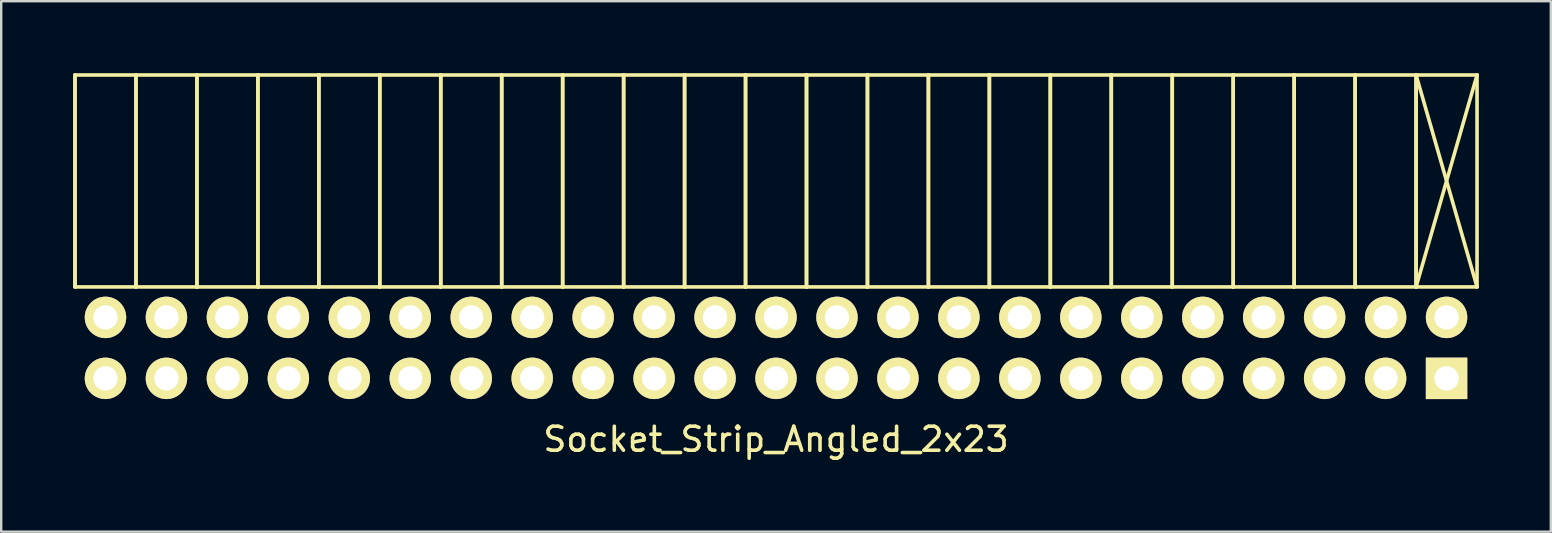
<source format=kicad_pcb>
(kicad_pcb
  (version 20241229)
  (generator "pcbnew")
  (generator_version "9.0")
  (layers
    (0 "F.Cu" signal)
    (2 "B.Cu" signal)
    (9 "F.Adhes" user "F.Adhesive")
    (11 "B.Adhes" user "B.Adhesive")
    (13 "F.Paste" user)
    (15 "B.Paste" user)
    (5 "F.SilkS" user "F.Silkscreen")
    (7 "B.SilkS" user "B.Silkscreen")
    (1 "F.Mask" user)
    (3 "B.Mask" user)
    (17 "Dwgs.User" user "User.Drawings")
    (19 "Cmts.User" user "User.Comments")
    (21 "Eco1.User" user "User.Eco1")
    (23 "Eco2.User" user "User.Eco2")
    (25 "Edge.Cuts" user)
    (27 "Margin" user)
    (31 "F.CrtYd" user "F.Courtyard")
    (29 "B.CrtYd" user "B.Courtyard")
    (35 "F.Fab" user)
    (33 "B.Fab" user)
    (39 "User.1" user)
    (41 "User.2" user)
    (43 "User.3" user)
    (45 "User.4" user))
  (footprint "Socket_Strip_Angled_2x23"
    (layer "F.Cu")
    (at 29.285 11.445)
    (property "Reference" "Socket_Strip_Angled_2x23" (at 0 3.81 0) (layer "F.SilkS") (effects (font (size 1 1) (thickness 0.15))))
    (attr through_hole)
    (fp_line (start -29.21 -11.37) (end -29.21 -2.54) (stroke (width 0.15) (type solid)) (layer "F.SilkS"))
    (fp_line (start -29.21 -2.54) (end -29.21 -11.37) (stroke (width 0.15) (type solid)) (layer "F.SilkS"))
    (fp_line (start -26.67 -11.37) (end -29.21 -11.37) (stroke (width 0.15) (type solid)) (layer "F.SilkS"))
    (fp_line (start -26.67 -11.37) (end -26.67 -2.54) (stroke (width 0.15) (type solid)) (layer "F.SilkS"))
    (fp_line (start -26.67 -2.54) (end -29.21 -2.54) (stroke (width 0.15) (type solid)) (layer "F.SilkS"))
    (fp_line (start -26.67 -2.54) (end -26.67 -11.37) (stroke (width 0.15) (type solid)) (layer "F.SilkS"))
    (fp_line (start -24.13 -11.37) (end -26.67 -11.37) (stroke (width 0.15) (type solid)) (layer "F.SilkS"))
    (fp_line (start -24.13 -11.37) (end -24.13 -2.54) (stroke (width 0.15) (type solid)) (layer "F.SilkS"))
    (fp_line (start -24.13 -2.54) (end -26.67 -2.54) (stroke (width 0.15) (type solid)) (layer "F.SilkS"))
    (fp_line (start -24.13 -2.54) (end -24.13 -11.37) (stroke (width 0.15) (type solid)) (layer "F.SilkS"))
    (fp_line (start -21.59 -11.37) (end -24.13 -11.37) (stroke (width 0.15) (type solid)) (layer "F.SilkS"))
    (fp_line (start -21.59 -11.37) (end -21.59 -2.54) (stroke (width 0.15) (type solid)) (layer "F.SilkS"))
    (fp_line (start -21.59 -2.54) (end -24.13 -2.54) (stroke (width 0.15) (type solid)) (layer "F.SilkS"))
    (fp_line (start -21.59 -2.54) (end -21.59 -11.37) (stroke (width 0.15) (type solid)) (layer "F.SilkS"))
    (fp_line (start -19.05 -11.37) (end -21.59 -11.37) (stroke (width 0.15) (type solid)) (layer "F.SilkS"))
    (fp_line (start -19.05 -11.37) (end -19.05 -2.54) (stroke (width 0.15) (type solid)) (layer "F.SilkS"))
    (fp_line (start -19.05 -2.54) (end -21.59 -2.54) (stroke (width 0.15) (type solid)) (layer "F.SilkS"))
    (fp_line (start -19.05 -2.54) (end -19.05 -11.37) (stroke (width 0.15) (type solid)) (layer "F.SilkS"))
    (fp_line (start -16.51 -11.37) (end -19.05 -11.37) (stroke (width 0.15) (type solid)) (layer "F.SilkS"))
    (fp_line (start -16.51 -11.37) (end -16.51 -2.54) (stroke (width 0.15) (type solid)) (layer "F.SilkS"))
    (fp_line (start -16.51 -2.54) (end -19.05 -2.54) (stroke (width 0.15) (type solid)) (layer "F.SilkS"))
    (fp_line (start -16.51 -2.54) (end -16.51 -11.37) (stroke (width 0.15) (type solid)) (layer "F.SilkS"))
    (fp_line (start -13.97 -11.37) (end -16.51 -11.37) (stroke (width 0.15) (type solid)) (layer "F.SilkS"))
    (fp_line (start -13.97 -11.37) (end -13.97 -2.54) (stroke (width 0.15) (type solid)) (layer "F.SilkS"))
    (fp_line (start -13.97 -2.54) (end -16.51 -2.54) (stroke (width 0.15) (type solid)) (layer "F.SilkS"))
    (fp_line (start -13.97 -2.54) (end -13.97 -11.37) (stroke (width 0.15) (type solid)) (layer "F.SilkS"))
    (fp_line (start -11.43 -11.37) (end -13.97 -11.37) (stroke (width 0.15) (type solid)) (layer "F.SilkS"))
    (fp_line (start -11.43 -11.37) (end -11.43 -2.54) (stroke (width 0.15) (type solid)) (layer "F.SilkS"))
    (fp_line (start -11.43 -2.54) (end -13.97 -2.54) (stroke (width 0.15) (type solid)) (layer "F.SilkS"))
    (fp_line (start -11.43 -2.54) (end -11.43 -11.37) (stroke (width 0.15) (type solid)) (layer "F.SilkS"))
    (fp_line (start -8.89 -11.37) (end -11.43 -11.37) (stroke (width 0.15) (type solid)) (layer "F.SilkS"))
    (fp_line (start -8.89 -11.37) (end -8.89 -2.54) (stroke (width 0.15) (type solid)) (layer "F.SilkS"))
    (fp_line (start -8.89 -2.54) (end -11.43 -2.54) (stroke (width 0.15) (type solid)) (layer "F.SilkS"))
    (fp_line (start -8.89 -2.54) (end -8.89 -11.37) (stroke (width 0.15) (type solid)) (layer "F.SilkS"))
    (fp_line (start -6.35 -11.37) (end -8.89 -11.37) (stroke (width 0.15) (type solid)) (layer "F.SilkS"))
    (fp_line (start -6.35 -11.37) (end -6.35 -2.54) (stroke (width 0.15) (type solid)) (layer "F.SilkS"))
    (fp_line (start -6.35 -2.54) (end -8.89 -2.54) (stroke (width 0.15) (type solid)) (layer "F.SilkS"))
    (fp_line (start -6.35 -2.54) (end -6.35 -11.37) (stroke (width 0.15) (type solid)) (layer "F.SilkS"))
    (fp_line (start -3.81 -11.37) (end -6.35 -11.37) (stroke (width 0.15) (type solid)) (layer "F.SilkS"))
    (fp_line (start -3.81 -11.37) (end -3.81 -2.54) (stroke (width 0.15) (type solid)) (layer "F.SilkS"))
    (fp_line (start -3.81 -2.54) (end -6.35 -2.54) (stroke (width 0.15) (type solid)) (layer "F.SilkS"))
    (fp_line (start -3.81 -2.54) (end -3.81 -11.37) (stroke (width 0.15) (type solid)) (layer "F.SilkS"))
    (fp_line (start -1.27 -11.37) (end -3.81 -11.37) (stroke (width 0.15) (type solid)) (layer "F.SilkS"))
    (fp_line (start -1.27 -11.37) (end -1.27 -2.54) (stroke (width 0.15) (type solid)) (layer "F.SilkS"))
    (fp_line (start -1.27 -2.54) (end -3.81 -2.54) (stroke (width 0.15) (type solid)) (layer "F.SilkS"))
    (fp_line (start -1.27 -2.54) (end -1.27 -11.37) (stroke (width 0.15) (type solid)) (layer "F.SilkS"))
    (fp_line (start 1.27 -11.37) (end -1.27 -11.37) (stroke (width 0.15) (type solid)) (layer "F.SilkS"))
    (fp_line (start 1.27 -11.37) (end 1.27 -2.54) (stroke (width 0.15) (type solid)) (layer "F.SilkS"))
    (fp_line (start 1.27 -2.54) (end -1.27 -2.54) (stroke (width 0.15) (type solid)) (layer "F.SilkS"))
    (fp_line (start 1.27 -2.54) (end 1.27 -11.37) (stroke (width 0.15) (type solid)) (layer "F.SilkS"))
    (fp_line (start 3.81 -11.37) (end 1.27 -11.37) (stroke (width 0.15) (type solid)) (layer "F.SilkS"))
    (fp_line (start 3.81 -11.37) (end 3.81 -2.54) (stroke (width 0.15) (type solid)) (layer "F.SilkS"))
    (fp_line (start 3.81 -2.54) (end 1.27 -2.54) (stroke (width 0.15) (type solid)) (layer "F.SilkS"))
    (fp_line (start 3.81 -2.54) (end 3.81 -11.37) (stroke (width 0.15) (type solid)) (layer "F.SilkS"))
    (fp_line (start 6.35 -11.37) (end 3.81 -11.37) (stroke (width 0.15) (type solid)) (layer "F.SilkS"))
    (fp_line (start 6.35 -11.37) (end 6.35 -2.54) (stroke (width 0.15) (type solid)) (layer "F.SilkS"))
    (fp_line (start 6.35 -2.54) (end 3.81 -2.54) (stroke (width 0.15) (type solid)) (layer "F.SilkS"))
    (fp_line (start 6.35 -2.54) (end 6.35 -11.37) (stroke (width 0.15) (type solid)) (layer "F.SilkS"))
    (fp_line (start 8.89 -11.37) (end 6.35 -11.37) (stroke (width 0.15) (type solid)) (layer "F.SilkS"))
    (fp_line (start 8.89 -11.37) (end 8.89 -2.54) (stroke (width 0.15) (type solid)) (layer "F.SilkS"))
    (fp_line (start 8.89 -2.54) (end 6.35 -2.54) (stroke (width 0.15) (type solid)) (layer "F.SilkS"))
    (fp_line (start 8.89 -2.54) (end 8.89 -11.37) (stroke (width 0.15) (type solid)) (layer "F.SilkS"))
    (fp_line (start 11.43 -11.37) (end 8.89 -11.37) (stroke (width 0.15) (type solid)) (layer "F.SilkS"))
    (fp_line (start 11.43 -11.37) (end 11.43 -2.54) (stroke (width 0.15) (type solid)) (layer "F.SilkS"))
    (fp_line (start 11.43 -2.54) (end 8.89 -2.54) (stroke (width 0.15) (type solid)) (layer "F.SilkS"))
    (fp_line (start 11.43 -2.54) (end 11.43 -11.37) (stroke (width 0.15) (type solid)) (layer "F.SilkS"))
    (fp_line (start 13.97 -11.37) (end 11.43 -11.37) (stroke (width 0.15) (type solid)) (layer "F.SilkS"))
    (fp_line (start 13.97 -11.37) (end 13.97 -2.54) (stroke (width 0.15) (type solid)) (layer "F.SilkS"))
    (fp_line (start 13.97 -2.54) (end 11.43 -2.54) (stroke (width 0.15) (type solid)) (layer "F.SilkS"))
    (fp_line (start 13.97 -2.54) (end 13.97 -11.37) (stroke (width 0.15) (type solid)) (layer "F.SilkS"))
    (fp_line (start 16.51 -11.37) (end 13.97 -11.37) (stroke (width 0.15) (type solid)) (layer "F.SilkS"))
    (fp_line (start 16.51 -11.37) (end 16.51 -2.54) (stroke (width 0.15) (type solid)) (layer "F.SilkS"))
    (fp_line (start 16.51 -2.54) (end 13.97 -2.54) (stroke (width 0.15) (type solid)) (layer "F.SilkS"))
    (fp_line (start 16.51 -2.54) (end 16.51 -11.37) (stroke (width 0.15) (type solid)) (layer "F.SilkS"))
    (fp_line (start 19.05 -11.37) (end 16.51 -11.37) (stroke (width 0.15) (type solid)) (layer "F.SilkS"))
    (fp_line (start 19.05 -11.37) (end 19.05 -2.54) (stroke (width 0.15) (type solid)) (layer "F.SilkS"))
    (fp_line (start 19.05 -2.54) (end 16.51 -2.54) (stroke (width 0.15) (type solid)) (layer "F.SilkS"))
    (fp_line (start 19.05 -2.54) (end 19.05 -11.37) (stroke (width 0.15) (type solid)) (layer "F.SilkS"))
    (fp_line (start 21.59 -11.37) (end 19.05 -11.37) (stroke (width 0.15) (type solid)) (layer "F.SilkS"))
    (fp_line (start 21.59 -11.37) (end 21.59 -2.54) (stroke (width 0.15) (type solid)) (layer "F.SilkS"))
    (fp_line (start 21.59 -2.54) (end 19.05 -2.54) (stroke (width 0.15) (type solid)) (layer "F.SilkS"))
    (fp_line (start 21.59 -2.54) (end 21.59 -11.37) (stroke (width 0.15) (type solid)) (layer "F.SilkS"))
    (fp_line (start 24.13 -11.37) (end 21.59 -11.37) (stroke (width 0.15) (type solid)) (layer "F.SilkS"))
    (fp_line (start 24.13 -11.37) (end 24.13 -2.54) (stroke (width 0.15) (type solid)) (layer "F.SilkS"))
    (fp_line (start 24.13 -2.54) (end 21.59 -2.54) (stroke (width 0.15) (type solid)) (layer "F.SilkS"))
    (fp_line (start 24.13 -2.54) (end 24.13 -11.37) (stroke (width 0.15) (type solid)) (layer "F.SilkS"))
    (fp_line (start 26.67 -11.37) (end 24.13 -11.37) (stroke (width 0.15) (type solid)) (layer "F.SilkS"))
    (fp_line (start 26.67 -11.37) (end 26.67 -2.54) (stroke (width 0.15) (type solid)) (layer "F.SilkS"))
    (fp_line (start 26.67 -2.54) (end 24.13 -2.54) (stroke (width 0.15) (type solid)) (layer "F.SilkS"))
    (fp_line (start 26.67 -2.54) (end 26.67 -11.37) (stroke (width 0.15) (type solid)) (layer "F.SilkS"))
    (fp_line (start 29.21 -11.37) (end 26.67 -11.37) (stroke (width 0.15) (type solid)) (layer "F.SilkS"))
    (fp_line (start 29.21 -11.37) (end 26.67 -2.54) (stroke (width 0.15) (type solid)) (layer "F.SilkS"))
    (fp_line (start 29.21 -2.54) (end 26.67 -11.37) (stroke (width 0.15) (type solid)) (layer "F.SilkS"))
    (fp_line (start 29.21 -2.54) (end 26.67 -2.54) (stroke (width 0.15) (type solid)) (layer "F.SilkS"))
    (fp_line (start 29.21 -2.54) (end 29.21 -11.37) (stroke (width 0.15) (type solid)) (layer "F.SilkS"))
    (pad "1" thru_hole rect (at 27.94 1.27 180) (size 1.727 1.727) (drill 1.016) (layers "*.Cu" "*.Mask" "F.SilkS"))
    (pad "2" thru_hole oval (at 27.94 -1.27 180) (size 1.727 1.727) (drill 1.016) (layers "*.Cu" "*.Mask" "F.SilkS"))
    (pad "3" thru_hole oval (at 25.4 1.27 180) (size 1.727 1.727) (drill 1.016) (layers "*.Cu" "*.Mask" "F.SilkS"))
    (pad "4" thru_hole oval (at 25.4 -1.27 180) (size 1.727 1.727) (drill 1.016) (layers "*.Cu" "*.Mask" "F.SilkS"))
    (pad "5" thru_hole oval (at 22.86 1.27 180) (size 1.727 1.727) (drill 1.016) (layers "*.Cu" "*.Mask" "F.SilkS"))
    (pad "6" thru_hole oval (at 22.86 -1.27 180) (size 1.727 1.727) (drill 1.016) (layers "*.Cu" "*.Mask" "F.SilkS"))
    (pad "7" thru_hole oval (at 20.32 1.27 180) (size 1.727 1.727) (drill 1.016) (layers "*.Cu" "*.Mask" "F.SilkS"))
    (pad "8" thru_hole oval (at 20.32 -1.27 180) (size 1.727 1.727) (drill 1.016) (layers "*.Cu" "*.Mask" "F.SilkS"))
    (pad "9" thru_hole oval (at 17.78 1.27 180) (size 1.727 1.727) (drill 1.016) (layers "*.Cu" "*.Mask" "F.SilkS"))
    (pad "10" thru_hole oval (at 17.78 -1.27 180) (size 1.727 1.727) (drill 1.016) (layers "*.Cu" "*.Mask" "F.SilkS"))
    (pad "11" thru_hole oval (at 15.24 1.27 180) (size 1.727 1.727) (drill 1.016) (layers "*.Cu" "*.Mask" "F.SilkS"))
    (pad "12" thru_hole oval (at 15.24 -1.27 180) (size 1.727 1.727) (drill 1.016) (layers "*.Cu" "*.Mask" "F.SilkS"))
    (pad "13" thru_hole oval (at 12.7 1.27 180) (size 1.727 1.727) (drill 1.016) (layers "*.Cu" "*.Mask" "F.SilkS"))
    (pad "14" thru_hole oval (at 12.7 -1.27 180) (size 1.727 1.727) (drill 1.016) (layers "*.Cu" "*.Mask" "F.SilkS"))
    (pad "15" thru_hole oval (at 10.16 1.27 180) (size 1.727 1.727) (drill 1.016) (layers "*.Cu" "*.Mask" "F.SilkS"))
    (pad "16" thru_hole oval (at 10.16 -1.27 180) (size 1.727 1.727) (drill 1.016) (layers "*.Cu" "*.Mask" "F.SilkS"))
    (pad "17" thru_hole oval (at 7.62 1.27 180) (size 1.727 1.727) (drill 1.016) (layers "*.Cu" "*.Mask" "F.SilkS"))
    (pad "18" thru_hole oval (at 7.62 -1.27 180) (size 1.727 1.727) (drill 1.016) (layers "*.Cu" "*.Mask" "F.SilkS"))
    (pad "19" thru_hole oval (at 5.08 1.27 180) (size 1.727 1.727) (drill 1.016) (layers "*.Cu" "*.Mask" "F.SilkS"))
    (pad "20" thru_hole oval (at 5.08 -1.27 180) (size 1.727 1.727) (drill 1.016) (layers "*.Cu" "*.Mask" "F.SilkS"))
    (pad "21" thru_hole oval (at 2.54 1.27 180) (size 1.727 1.727) (drill 1.016) (layers "*.Cu" "*.Mask" "F.SilkS"))
    (pad "22" thru_hole oval (at 2.54 -1.27 180) (size 1.727 1.727) (drill 1.016) (layers "*.Cu" "*.Mask" "F.SilkS"))
    (pad "23" thru_hole oval (at 0 1.27 180) (size 1.727 1.727) (drill 1.016) (layers "*.Cu" "*.Mask" "F.SilkS"))
    (pad "24" thru_hole oval (at 0 -1.27 180) (size 1.727 1.727) (drill 1.016) (layers "*.Cu" "*.Mask" "F.SilkS"))
    (pad "25" thru_hole oval (at -2.54 1.27 180) (size 1.727 1.727) (drill 1.016) (layers "*.Cu" "*.Mask" "F.SilkS"))
    (pad "26" thru_hole oval (at -2.54 -1.27 180) (size 1.727 1.727) (drill 1.016) (layers "*.Cu" "*.Mask" "F.SilkS"))
    (pad "27" thru_hole oval (at -5.08 1.27 180) (size 1.727 1.727) (drill 1.016) (layers "*.Cu" "*.Mask" "F.SilkS"))
    (pad "28" thru_hole oval (at -5.08 -1.27 180) (size 1.727 1.727) (drill 1.016) (layers "*.Cu" "*.Mask" "F.SilkS"))
    (pad "29" thru_hole oval (at -7.62 1.27 180) (size 1.727 1.727) (drill 1.016) (layers "*.Cu" "*.Mask" "F.SilkS"))
    (pad "30" thru_hole oval (at -7.62 -1.27 180) (size 1.727 1.727) (drill 1.016) (layers "*.Cu" "*.Mask" "F.SilkS"))
    (pad "31" thru_hole oval (at -10.16 1.27 180) (size 1.727 1.727) (drill 1.016) (layers "*.Cu" "*.Mask" "F.SilkS"))
    (pad "32" thru_hole oval (at -10.16 -1.27 180) (size 1.727 1.727) (drill 1.016) (layers "*.Cu" "*.Mask" "F.SilkS"))
    (pad "33" thru_hole oval (at -12.7 1.27 180) (size 1.727 1.727) (drill 1.016) (layers "*.Cu" "*.Mask" "F.SilkS"))
    (pad "34" thru_hole oval (at -12.7 -1.27 180) (size 1.727 1.727) (drill 1.016) (layers "*.Cu" "*.Mask" "F.SilkS"))
    (pad "35" thru_hole oval (at -15.24 1.27 180) (size 1.727 1.727) (drill 1.016) (layers "*.Cu" "*.Mask" "F.SilkS"))
    (pad "36" thru_hole oval (at -15.24 -1.27 180) (size 1.727 1.727) (drill 1.016) (layers "*.Cu" "*.Mask" "F.SilkS"))
    (pad "37" thru_hole oval (at -17.78 1.27 180) (size 1.727 1.727) (drill 1.016) (layers "*.Cu" "*.Mask" "F.SilkS"))
    (pad "38" thru_hole oval (at -17.78 -1.27 180) (size 1.727 1.727) (drill 1.016) (layers "*.Cu" "*.Mask" "F.SilkS"))
    (pad "39" thru_hole oval (at -20.32 1.27 180) (size 1.727 1.727) (drill 1.016) (layers "*.Cu" "*.Mask" "F.SilkS"))
    (pad "40" thru_hole oval (at -20.32 -1.27 180) (size 1.727 1.727) (drill 1.016) (layers "*.Cu" "*.Mask" "F.SilkS"))
    (pad "41" thru_hole oval (at -22.86 1.27 180) (size 1.727 1.727) (drill 1.016) (layers "*.Cu" "*.Mask" "F.SilkS"))
    (pad "42" thru_hole oval (at -22.86 -1.27 180) (size 1.727 1.727) (drill 1.016) (layers "*.Cu" "*.Mask" "F.SilkS"))
    (pad "43" thru_hole oval (at -25.4 1.27 180) (size 1.727 1.727) (drill 1.016) (layers "*.Cu" "*.Mask" "F.SilkS"))
    (pad "44" thru_hole oval (at -25.4 -1.27 180) (size 1.727 1.727) (drill 1.016) (layers "*.Cu" "*.Mask" "F.SilkS"))
    (pad "45" thru_hole oval (at -27.94 1.27 180) (size 1.727 1.727) (drill 1.016) (layers "*.Cu" "*.Mask" "F.SilkS"))
    (pad "46" thru_hole oval (at -27.94 -1.27 180) (size 1.727 1.727) (drill 1.016) (layers "*.Cu" "*.Mask" "F.SilkS")))
  (gr_rect
    (start -3 -3)
    (end 61.57 19.103)
    (stroke (width 0.1) (type default))
    (fill no)
    (layer "Edge.Cuts")))
</source>
